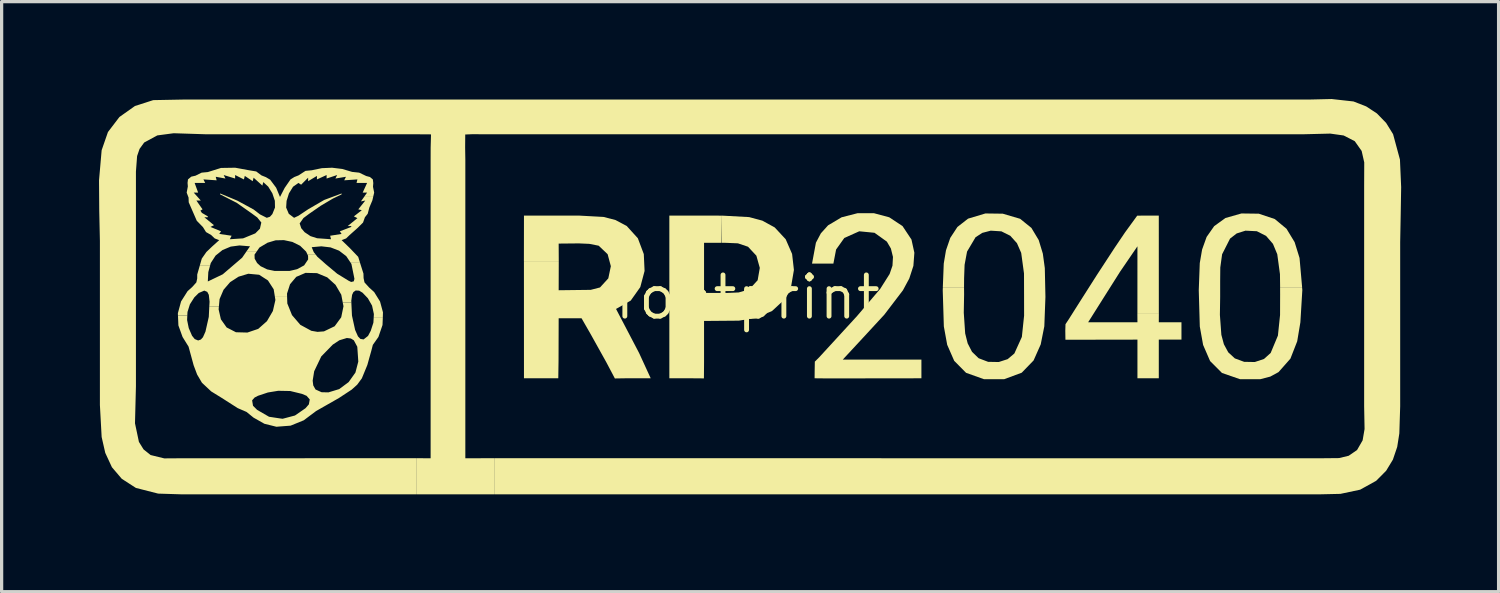
<source format=kicad_pcb>
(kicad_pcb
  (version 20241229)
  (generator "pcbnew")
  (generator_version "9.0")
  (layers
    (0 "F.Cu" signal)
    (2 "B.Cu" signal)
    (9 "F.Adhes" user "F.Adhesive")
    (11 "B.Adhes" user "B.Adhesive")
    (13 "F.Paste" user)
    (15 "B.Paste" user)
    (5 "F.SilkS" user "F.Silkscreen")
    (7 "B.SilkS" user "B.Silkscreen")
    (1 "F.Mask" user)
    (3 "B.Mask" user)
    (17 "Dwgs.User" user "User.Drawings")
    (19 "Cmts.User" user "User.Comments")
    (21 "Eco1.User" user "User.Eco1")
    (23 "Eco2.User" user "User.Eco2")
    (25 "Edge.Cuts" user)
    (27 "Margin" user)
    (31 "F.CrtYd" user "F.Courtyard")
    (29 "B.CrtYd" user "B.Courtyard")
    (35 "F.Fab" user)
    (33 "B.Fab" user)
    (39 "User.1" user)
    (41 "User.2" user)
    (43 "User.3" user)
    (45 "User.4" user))
  (footprint "footprint"
    (layer "F.Cu")
    (at 19.976 6.108)
    (property "Reference" "footprint" (at 0 0 0) (layer "F.SilkS") (effects (font (size 1.27 1.27) (thickness 0.15))))
    (fp_poly (pts (xy 12.668 0.484) (xy 12.008 0.484) (xy 12.009 -1.571) (xy 11.476 -0.792) (xy 10.983 -0.012) (xy 10.491 0.768) (xy 12.009 0.768) (xy 12.007 0.487) (xy 12.669 0.487) (xy 12.667 0.768) (xy 13.365 0.768) (xy 13.365 1.303) (xy 12.667 1.303) (xy 12.667 2.494) (xy 12.009 2.494) (xy 12.009 1.303) (xy 9.791 1.307) (xy 9.787 1.029) (xy 9.793 0.828) (xy 9.891 0.68) (xy 9.891 0.68) (xy 10.225 0.152) (xy 10.763 -0.693) (xy 11.311 -1.532) (xy 11.627 -2) (xy 12.002 -2.515) (xy 12.295 -2.518) (xy 12.667 -2.518)) (stroke (width 0) (type solid)) (fill yes) (layer "F.SilkS"))
    (fp_poly (pts (xy -2.409 -2.518) (xy -0.799 -2.516) (xy -0.804 -1.68) (xy -1.34 -1.679) (xy -1.34 -0.136) (xy -0.633 -0.135) (xy -0.273 -0.15) (xy 0.054 -0.246) (xy 0.311 -0.526) (xy 0.377 -0.906) (xy 0.272 -1.282) (xy 0.014 -1.558) (xy -0.297 -1.663) (xy -0.654 -1.678) (xy -0.792 -1.68) (xy -0.797 -2.517) (xy 0.049 -2.471) (xy 0.455 -2.362) (xy 0.837 -2.152) (xy 1.175 -1.788) (xy 1.372 -1.336) (xy 1.428 -0.843) (xy 1.345 -0.355) (xy 1.12 0.084) (xy 0.755 0.421) (xy 0.262 0.632) (xy -0.267 0.719) (xy -1.34 0.728) (xy -1.34 2.001) (xy -1.344 2.497) (xy -1.71 2.494) (xy -2.409 2.494)) (stroke (width 0) (type solid)) (fill yes) (layer "F.SilkS"))
    (fp_poly (pts (xy 4.364 -2.465) (xy 4.773 -2.195) (xy 5.049 -1.779) (xy 5.138 -1.373) (xy 5.108 -0.969) (xy 4.982 -0.581) (xy 4.786 -0.217) (xy 4.214 0.533) (xy 3.574 1.227) (xy 2.933 1.918) (xy 5.355 1.918) (xy 5.355 2.494) (xy 2.401 2.498) (xy 2.248 2.495) (xy 2.065 2.494) (xy 2.067 2.279) (xy 2.072 1.981) (xy 2.204 1.85) (xy 2.632 1.384) (xy 3.373 0.576) (xy 4.085 -0.259) (xy 4.376 -0.719) (xy 4.464 -0.975) (xy 4.479 -1.244) (xy 4.415 -1.503) (xy 4.291 -1.715) (xy 3.91 -1.988) (xy 3.441 -2.034) (xy 2.98 -1.828) (xy 2.727 -1.472) (xy 2.644 -1.039) (xy 1.986 -1.039) (xy 2.106 -1.683) (xy 2.258 -1.971) (xy 2.48 -2.217) (xy 2.897 -2.465) (xy 3.388 -2.591) (xy 3.889 -2.592)) (stroke (width 0) (type solid)) (fill yes) (layer "F.SilkS"))
    (fp_poly (pts (xy -6.044 -2.518) (xy -5.202 -2.518) (xy -4.434 -2.476) (xy -4.066 -2.38) (xy -3.723 -2.198) (xy -3.379 -1.819) (xy -3.196 -1.332) (xy -3.172 -0.812) (xy -3.304 -0.315) (xy -3.598 0.1) (xy -4.051 0.358) (xy -3.697 1.035) (xy -3.342 1.713) (xy -2.983 2.494) (xy -3.764 2.494) (xy -4.087 2.499) (xy -4.35 2.001) (xy -4.83 1.139) (xy -5.113 0.646) (xy -5.818 0.646) (xy -5.822 1.96) (xy -5.83 2.493) (xy -6.188 2.494) (xy -6.887 2.494) (xy -6.888 -1.113) (xy -5.815 -1.113) (xy -5.818 -0.218) (xy -5.169 -0.226) (xy -4.831 -0.23) (xy -4.545 -0.304) (xy -4.289 -0.584) (xy -4.211 -0.959) (xy -4.31 -1.328) (xy -4.586 -1.59) (xy -4.875 -1.647) (xy -5.196 -1.661) (xy -5.818 -1.655) (xy -5.815 -1.115) (xy -6.889 -1.115) (xy -6.887 -2.518)) (stroke (width 0) (type solid)) (fill yes) (layer "F.SilkS"))
    (fp_poly (pts (xy 7.861 -2.576) (xy 8.395 -2.419) (xy 8.743 -2.138) (xy 8.968 -1.764) (xy 9.095 -1.346) (xy 9.156 -0.9) (xy 9.175 -0.012) (xy 9.141 0.892) (xy 9.03 1.45) (xy 8.81 1.945) (xy 8.445 2.322) (xy 7.902 2.523) (xy 7.285 2.523) (xy 6.73 2.325) (xy 6.365 1.956) (xy 6.149 1.462) (xy 6.046 0.897) (xy 6.012 -0.218) (xy 6.016 -0.312) (xy 6.668 -0.312) (xy 6.67 -0.094) (xy 6.66 0.475) (xy 6.703 1.112) (xy 6.78 1.418) (xy 6.914 1.679) (xy 7.118 1.876) (xy 7.409 1.987) (xy 7.737 1.993) (xy 8.012 1.904) (xy 8.218 1.73) (xy 8.449 1.22) (xy 8.518 0.565) (xy 8.517 -0.094) (xy 8.515 -0.735) (xy 8.429 -1.368) (xy 8.298 -1.667) (xy 8.092 -1.896) (xy 7.819 -2.032) (xy 7.491 -2.053) (xy 7.23 -1.985) (xy 7.023 -1.851) (xy 6.761 -1.409) (xy 6.685 -1.001) (xy 6.67 -0.587) (xy 6.668 -0.316) (xy 6.015 -0.316) (xy 6.043 -1.038) (xy 6.112 -1.448) (xy 6.244 -1.831) (xy 6.464 -2.167) (xy 6.792 -2.423) (xy 7.326 -2.583)) (stroke (width 0) (type solid)) (fill yes) (layer "F.SilkS"))
    (fp_poly (pts (xy 15.748 -2.576) (xy 16.241 -2.41) (xy 16.601 -2.111) (xy 16.851 -1.699) (xy 17.002 -1.212) (xy 17.081 -0.316) (xy 16.404 -0.316) (xy 16.399 -0.714) (xy 16.316 -1.327) (xy 16.183 -1.647) (xy 15.971 -1.892) (xy 15.687 -2.036) (xy 15.337 -2.053) (xy 15.067 -1.968) (xy 14.862 -1.809) (xy 14.617 -1.326) (xy 14.561 -0.918) (xy 14.557 -0.505) (xy 14.557 -0.012) (xy 14.549 0.543) (xy 14.594 1.155) (xy 14.672 1.446) (xy 14.806 1.694) (xy 15.009 1.881) (xy 15.296 1.987) (xy 15.624 1.993) (xy 15.908 1.898) (xy 16.113 1.713) (xy 16.336 1.179) (xy 16.402 0.545) (xy 16.404 -0.094) (xy 16.403 -0.312) (xy 17.08 -0.312) (xy 17.088 -0.224) (xy 17.028 0.768) (xy 16.93 1.355) (xy 16.721 1.889) (xy 16.356 2.303) (xy 16.101 2.442) (xy 15.789 2.523) (xy 15.172 2.523) (xy 14.613 2.33) (xy 14.247 1.963) (xy 14.032 1.467) (xy 13.93 0.9) (xy 13.898 -0.218) (xy 13.929 -1.054) (xy 14.001 -1.473) (xy 14.14 -1.86) (xy 14.373 -2.193) (xy 14.72 -2.443) (xy 15.213 -2.583)) (stroke (width 0) (type solid)) (fill yes) (layer "F.SilkS"))
    (fp_poly (pts (xy -17.677 -5.054) (xy -18.181 -4.987) (xy -18.585 -4.768) (xy -18.727 -4.572) (xy -18.803 -4.351) (xy -18.839 -3.873) (xy -18.839 2.74) (xy -18.868 3.88) (xy -18.747 4.454) (xy -18.604 4.684) (xy -18.387 4.858) (xy -17.966 4.961) (xy -17.525 4.958) (xy -10.204 4.955) (xy -10.204 6.069) (xy -17.443 6.068) (xy -18.154 6.046) (xy -18.84 5.871) (xy -19.275 5.59) (xy -19.579 5.233) (xy -19.784 4.791) (xy -19.895 4.303) (xy -19.949 3.315) (xy -19.949 -1.737) (xy -19.969 -2.67) (xy -19.976 -3.602) (xy -19.895 -4.531) (xy -19.701 -5.091) (xy -19.347 -5.555) (xy -18.869 -5.893) (xy -18.306 -6.074) (xy -17.361 -6.092) (xy 17.308 -6.092) (xy 17.989 -6.108) (xy 18.664 -6.033) (xy 19.054 -5.881) (xy 19.385 -5.664) (xy 19.668 -5.373) (xy 19.883 -5.026) (xy 20.095 -4.243) (xy 20.132 -3.395) (xy 20.118 -2.546) (xy 20.102 -1.696) (xy 20.102 3.356) (xy 20.076 4.192) (xy 20.01 4.609) (xy 19.877 5.001) (xy 19.669 5.343) (xy 19.362 5.652) (xy 18.869 5.925) (xy 18.261 6.054) (xy 17.637 6.068) (xy -7.796 6.069) (xy -7.796 4.955) (xy 17.596 4.958) (xy 18.218 4.952) (xy 18.516 4.88) (xy 18.773 4.704) (xy 18.945 4.406) (xy 19.005 4.057) (xy 18.992 3.356) (xy 18.992 -3.422) (xy 18.995 -4.156) (xy 18.915 -4.509) (xy 18.703 -4.809) (xy 18.361 -4.985) (xy 17.949 -5.043) (xy 17.144 -5.023) (xy -8.242 -5.023) (xy -8.463 -5.025) (xy -8.696 -5.015) (xy -8.699 -4.612) (xy -8.693 -4.243) (xy -8.693 4.958) (xy -7.8 4.955) (xy -7.8 6.069) (xy -10.2 6.069) (xy -10.2 4.955) (xy -9.762 4.958) (xy -9.762 -4.243) (xy -9.761 -4.612) (xy -9.75 -5.019) (xy -10.04 -5.021) (xy -10.296 -5.023) (xy -16.704 -5.023)) (stroke (width 0) (type solid)) (fill yes) (layer "F.SilkS"))
    (fp_poly (pts (xy -15.186 -1.316) (xy -15.182 -1.191) (xy -15.107 -1.057) (xy -14.998 -0.958) (xy -14.796 -0.86) (xy -14.565 -0.812) (xy -14.104 -0.813) (xy -13.874 -0.867) (xy -13.658 -0.984) (xy -13.535 -1.167) (xy -13.537 -1.281) (xy -13.551 -1.31) (xy -13.297 -1.31) (xy -13.253 -1.252) (xy -12.992 -1.021) (xy -12.64 -0.727) (xy -12.287 -0.51) (xy -12.209 -0.473) (xy -12.13 -0.492) (xy -12.109 -0.568) (xy -12.125 -0.65) (xy -12.202 -1.029) (xy -12.238 -1.084) (xy -11.943 -1.084) (xy -11.831 -0.731) (xy -11.827 -0.593) (xy -11.799 -0.46) (xy -11.659 -0.305) (xy -11.501 -0.162) (xy -11.32 0.129) (xy -11.23 0.462) (xy -11.235 0.632) (xy -11.516 0.632) (xy -11.51 0.515) (xy -11.566 0.256) (xy -11.696 0.028) (xy -11.859 -0.142) (xy -11.963 -0.205) (xy -12.07 -0.211) (xy -12.141 -0.161) (xy -12.181 -0.076) (xy -12.206 0.109) (xy -12.203 0.158) (xy -12.469 0.158) (xy -12.514 -0.08) (xy -12.692 -0.385) (xy -12.947 -0.615) (xy -13.261 -0.745) (xy -13.616 -0.753) (xy -13.9 -0.631) (xy -14.092 -0.404) (xy -14.185 -0.116) (xy -14.183 -0.012) (xy -14.558 -0.012) (xy -14.596 -0.247) (xy -14.773 -0.52) (xy -15.044 -0.695) (xy -15.378 -0.726) (xy -15.677 -0.636) (xy -15.938 -0.467) (xy -16.14 -0.233) (xy -16.263 0.055) (xy -16.283 0.273) (xy -16.579 0.275) (xy -16.571 0.136) (xy -16.594 -0.076) (xy -16.642 -0.168) (xy -16.734 -0.207) (xy -16.904 -0.133) (xy -17.04 0.001) (xy -17.177 0.216) (xy -17.251 0.452) (xy -17.257 0.56) (xy -17.545 0.561) (xy -17.547 0.489) (xy -17.449 0.127) (xy -17.249 -0.189) (xy -17.105 -0.318) (xy -16.978 -0.46) (xy -16.952 -0.58) (xy -16.951 -0.704) (xy -16.874 -0.971) (xy -16.557 -0.971) (xy -16.61 -0.777) (xy -16.625 -0.488) (xy -16.165 -0.709) (xy -15.568 -1.22) (xy -15.428 -1.423) (xy -15.111 -1.423)) (stroke (width 0) (type solid)) (fill yes) (layer "F.SilkS"))
    (fp_poly (pts (xy -14.176 0.19) (xy -14.032 0.548) (xy -13.775 0.847) (xy -13.437 1.031) (xy -13.246 1.064) (xy -13.047 1.049) (xy -12.718 0.891) (xy -12.516 0.615) (xy -12.446 0.275) (xy -12.469 0.158) (xy -12.204 0.158) (xy -12.185 0.562) (xy -12.088 1.004) (xy -12 1.203) (xy -11.925 1.281) (xy -11.827 1.297) (xy -11.69 1.189) (xy -11.606 1.031) (xy -11.525 0.782) (xy -11.516 0.633) (xy -11.235 0.633) (xy -11.244 0.853) (xy -11.37 1.221) (xy -11.542 1.465) (xy -11.591 1.655) (xy -11.647 1.853) (xy -11.998 1.853) (xy -12.021 1.522) (xy -12.127 1.325) (xy -12.219 1.268) (xy -12.342 1.253) (xy -12.573 1.323) (xy -12.775 1.456) (xy -13.13 1.82) (xy -13.349 2.278) (xy -13.395 2.567) (xy -13.377 2.714) (xy -13.308 2.838) (xy -13.122 2.923) (xy -12.911 2.928) (xy -12.578 2.827) (xy -12.287 2.611) (xy -12.078 2.317) (xy -11.99 1.98) (xy -11.998 1.853) (xy -11.647 1.853) (xy -11.711 2.084) (xy -11.88 2.495) (xy -12.024 2.691) (xy -12.193 2.843) (xy -12.585 3.101) (xy -13.29 3.503) (xy -13.67 3.788) (xy -14.075 3.953) (xy -14.403 3.978) (xy -14.403 3.73) (xy -14.321 3.741) (xy -13.94 3.64) (xy -13.616 3.416) (xy -13.512 3.296) (xy -13.485 3.146) (xy -13.582 3.034) (xy -13.725 2.974) (xy -14.086 2.886) (xy -14.456 2.879) (xy -14.774 2.931) (xy -15.08 3.033) (xy -15.184 3.087) (xy -15.26 3.173) (xy -15.233 3.34) (xy -15.107 3.466) (xy -14.739 3.679) (xy -14.403 3.73) (xy -14.403 3.978) (xy -14.511 3.987) (xy -14.882 3.895) (xy -15.216 3.706) (xy -15.433 3.53) (xy -15.704 3.413) (xy -16.192 3.101) (xy -16.521 2.898) (xy -16.806 2.631) (xy -16.955 2.377) (xy -16.99 2.283) (xy -16.99 2.283) (xy -17.061 2.095) (xy -17.218 1.519) (xy -17.403 1.221) (xy -17.531 0.866) (xy -17.544 0.562) (xy -17.257 0.562) (xy -17.263 0.7) (xy -17.212 0.949) (xy -17.111 1.183) (xy -17.028 1.286) (xy -16.923 1.329) (xy -16.839 1.3) (xy -16.775 1.23) (xy -16.698 1.058) (xy -16.595 0.603) (xy -16.579 0.276) (xy -16.284 0.275) (xy -16.292 0.372) (xy -16.222 0.678) (xy -16.045 0.928) (xy -15.758 1.076) (xy -15.405 1.085) (xy -15.072 0.972) (xy -14.804 0.735) (xy -14.621 0.422) (xy -14.543 0.082) (xy -14.558 -0.012) (xy -14.183 -0.012)) (stroke (width 0) (type solid)) (fill yes) (layer "F.SilkS"))
    (fp_poly (pts (xy -15.351 -3.913) (xy -15.134 -3.877) (xy -14.971 -3.755) (xy -14.835 -3.701) (xy -14.705 -3.623) (xy -14.52 -3.376) (xy -14.402 -3.091) (xy -14.258 -3.37) (xy -14.077 -3.632) (xy -13.959 -3.706) (xy -13.833 -3.755) (xy -13.616 -3.895) (xy -13.426 -3.913) (xy -13.113 -3.978) (xy -12.798 -3.992) (xy -12.486 -3.954) (xy -12.179 -3.863) (xy -11.962 -3.84) (xy -11.745 -3.736) (xy -11.631 -3.706) (xy -11.542 -3.632) (xy -11.528 -3.519) (xy -11.537 -3.406) (xy -11.501 -3.225) (xy -11.526 -3.118) (xy -11.795 -3.118) (xy -11.719 -3.225) (xy -11.855 -3.225) (xy -11.719 -3.523) (xy -12.044 -3.523) (xy -12.017 -3.632) (xy -12.424 -3.604) (xy -12.37 -3.713) (xy -12.695 -3.659) (xy -12.641 -3.767) (xy -12.966 -3.659) (xy -12.966 -3.767) (xy -13.264 -3.631) (xy -13.264 -3.74) (xy -13.535 -3.577) (xy -13.535 -3.685) (xy -13.751 -3.469) (xy -13.833 -3.523) (xy -14 -3.406) (xy -14.126 -3.201) (xy -14.199 -2.97) (xy -14.212 -2.765) (xy -14.131 -2.573) (xy -13.968 -2.449) (xy -13.833 -2.512) (xy -13.535 -2.711) (xy -13.04 -2.999) (xy -12.504 -3.199) (xy -12.504 -3.171) (xy -12.775 -3.04) (xy -13.15 -2.818) (xy -13.507 -2.57) (xy -13.679 -2.442) (xy -13.796 -2.276) (xy -13.747 -2.128) (xy -13.643 -2.006) (xy -13.463 -1.885) (xy -13.26 -1.82) (xy -12.83 -1.789) (xy -12.857 -1.897) (xy -12.505 -1.952) (xy -12.559 -2.033) (xy -12.207 -2.168) (xy -12.207 -2.195) (xy -12.316 -2.195) (xy -12.017 -2.439) (xy -12.126 -2.493) (xy -11.882 -2.683) (xy -11.99 -2.71) (xy -11.774 -2.981) (xy -11.909 -2.954) (xy -11.794 -3.117) (xy -11.526 -3.117) (xy -11.556 -2.987) (xy -11.65 -2.764) (xy -11.7 -2.574) (xy -11.786 -2.466) (xy -11.844 -2.303) (xy -12.007 -2.141) (xy -12.256 -1.919) (xy -12.365 -1.814) (xy -12.503 -1.761) (xy -12.248 -1.514) (xy -11.993 -1.247) (xy -11.942 -1.084) (xy -12.238 -1.084) (xy -12.362 -1.269) (xy -12.582 -1.437) (xy -12.845 -1.538) (xy -13.128 -1.571) (xy -13.425 -1.544) (xy -13.362 -1.392) (xy -13.298 -1.31) (xy -13.551 -1.31) (xy -13.598 -1.409) (xy -13.782 -1.588) (xy -14.02 -1.706) (xy -14.282 -1.762) (xy -14.538 -1.756) (xy -14.788 -1.681) (xy -15.035 -1.533) (xy -15.111 -1.423) (xy -15.428 -1.423) (xy -15.325 -1.571) (xy -15.649 -1.598) (xy -15.92 -1.562) (xy -16.173 -1.456) (xy -16.385 -1.286) (xy -16.534 -1.056) (xy -16.557 -0.971) (xy -16.874 -0.971) (xy -16.811 -1.192) (xy -16.669 -1.396) (xy -16.49 -1.567) (xy -16.274 -1.761) (xy -16.412 -1.814) (xy -16.522 -1.919) (xy -16.68 -2.01) (xy -16.775 -2.163) (xy -16.965 -2.358) (xy -17.149 -2.779) (xy -16.836 -2.779) (xy -16.787 -2.71) (xy -16.853 -2.67) (xy -16.807 -2.601) (xy -16.625 -2.494) (xy -16.625 -2.466) (xy -16.732 -2.466) (xy -16.435 -2.222) (xy -16.543 -2.168) (xy -16.218 -2.033) (xy -16.272 -1.952) (xy -15.892 -1.897) (xy -15.947 -1.789) (xy -15.538 -1.816) (xy -15.162 -1.97) (xy -15.02 -2.114) (xy -14.977 -2.304) (xy -15.102 -2.46) (xy -15.27 -2.583) (xy -15.737 -2.912) (xy -16.246 -3.171) (xy -16.246 -3.199) (xy -15.718 -2.979) (xy -15.215 -2.706) (xy -15.019 -2.555) (xy -14.809 -2.449) (xy -14.711 -2.482) (xy -14.637 -2.564) (xy -14.556 -2.765) (xy -14.56 -2.974) (xy -14.637 -3.203) (xy -14.764 -3.409) (xy -14.917 -3.55) (xy -14.944 -3.441) (xy -15.215 -3.685) (xy -15.242 -3.577) (xy -15.486 -3.74) (xy -15.513 -3.631) (xy -15.784 -3.767) (xy -15.784 -3.659) (xy -16.136 -3.767) (xy -16.082 -3.659) (xy -16.381 -3.713) (xy -16.353 -3.604) (xy -16.76 -3.632) (xy -16.706 -3.523) (xy -17.031 -3.523) (xy -16.923 -3.225) (xy -17.058 -3.225) (xy -16.841 -2.981) (xy -16.977 -2.981) (xy -16.836 -2.779) (xy -17.149 -2.779) (xy -17.213 -2.927) (xy -17.218 -3.072) (xy -17.276 -3.225) (xy -17.24 -3.415) (xy -17.249 -3.524) (xy -17.236 -3.632) (xy -17.134 -3.717) (xy -17.005 -3.746) (xy -16.815 -3.84) (xy -16.625 -3.858) (xy -16.219 -3.985) (xy -15.781 -3.992)) (stroke (width 0) (type solid)) (fill yes) (layer "F.SilkS")))
  (gr_rect
    (start -3 -3)
    (end 43.109 15.176)
    (stroke (width 0.1) (type default))
    (fill no)
    (layer "Edge.Cuts")))
</source>
